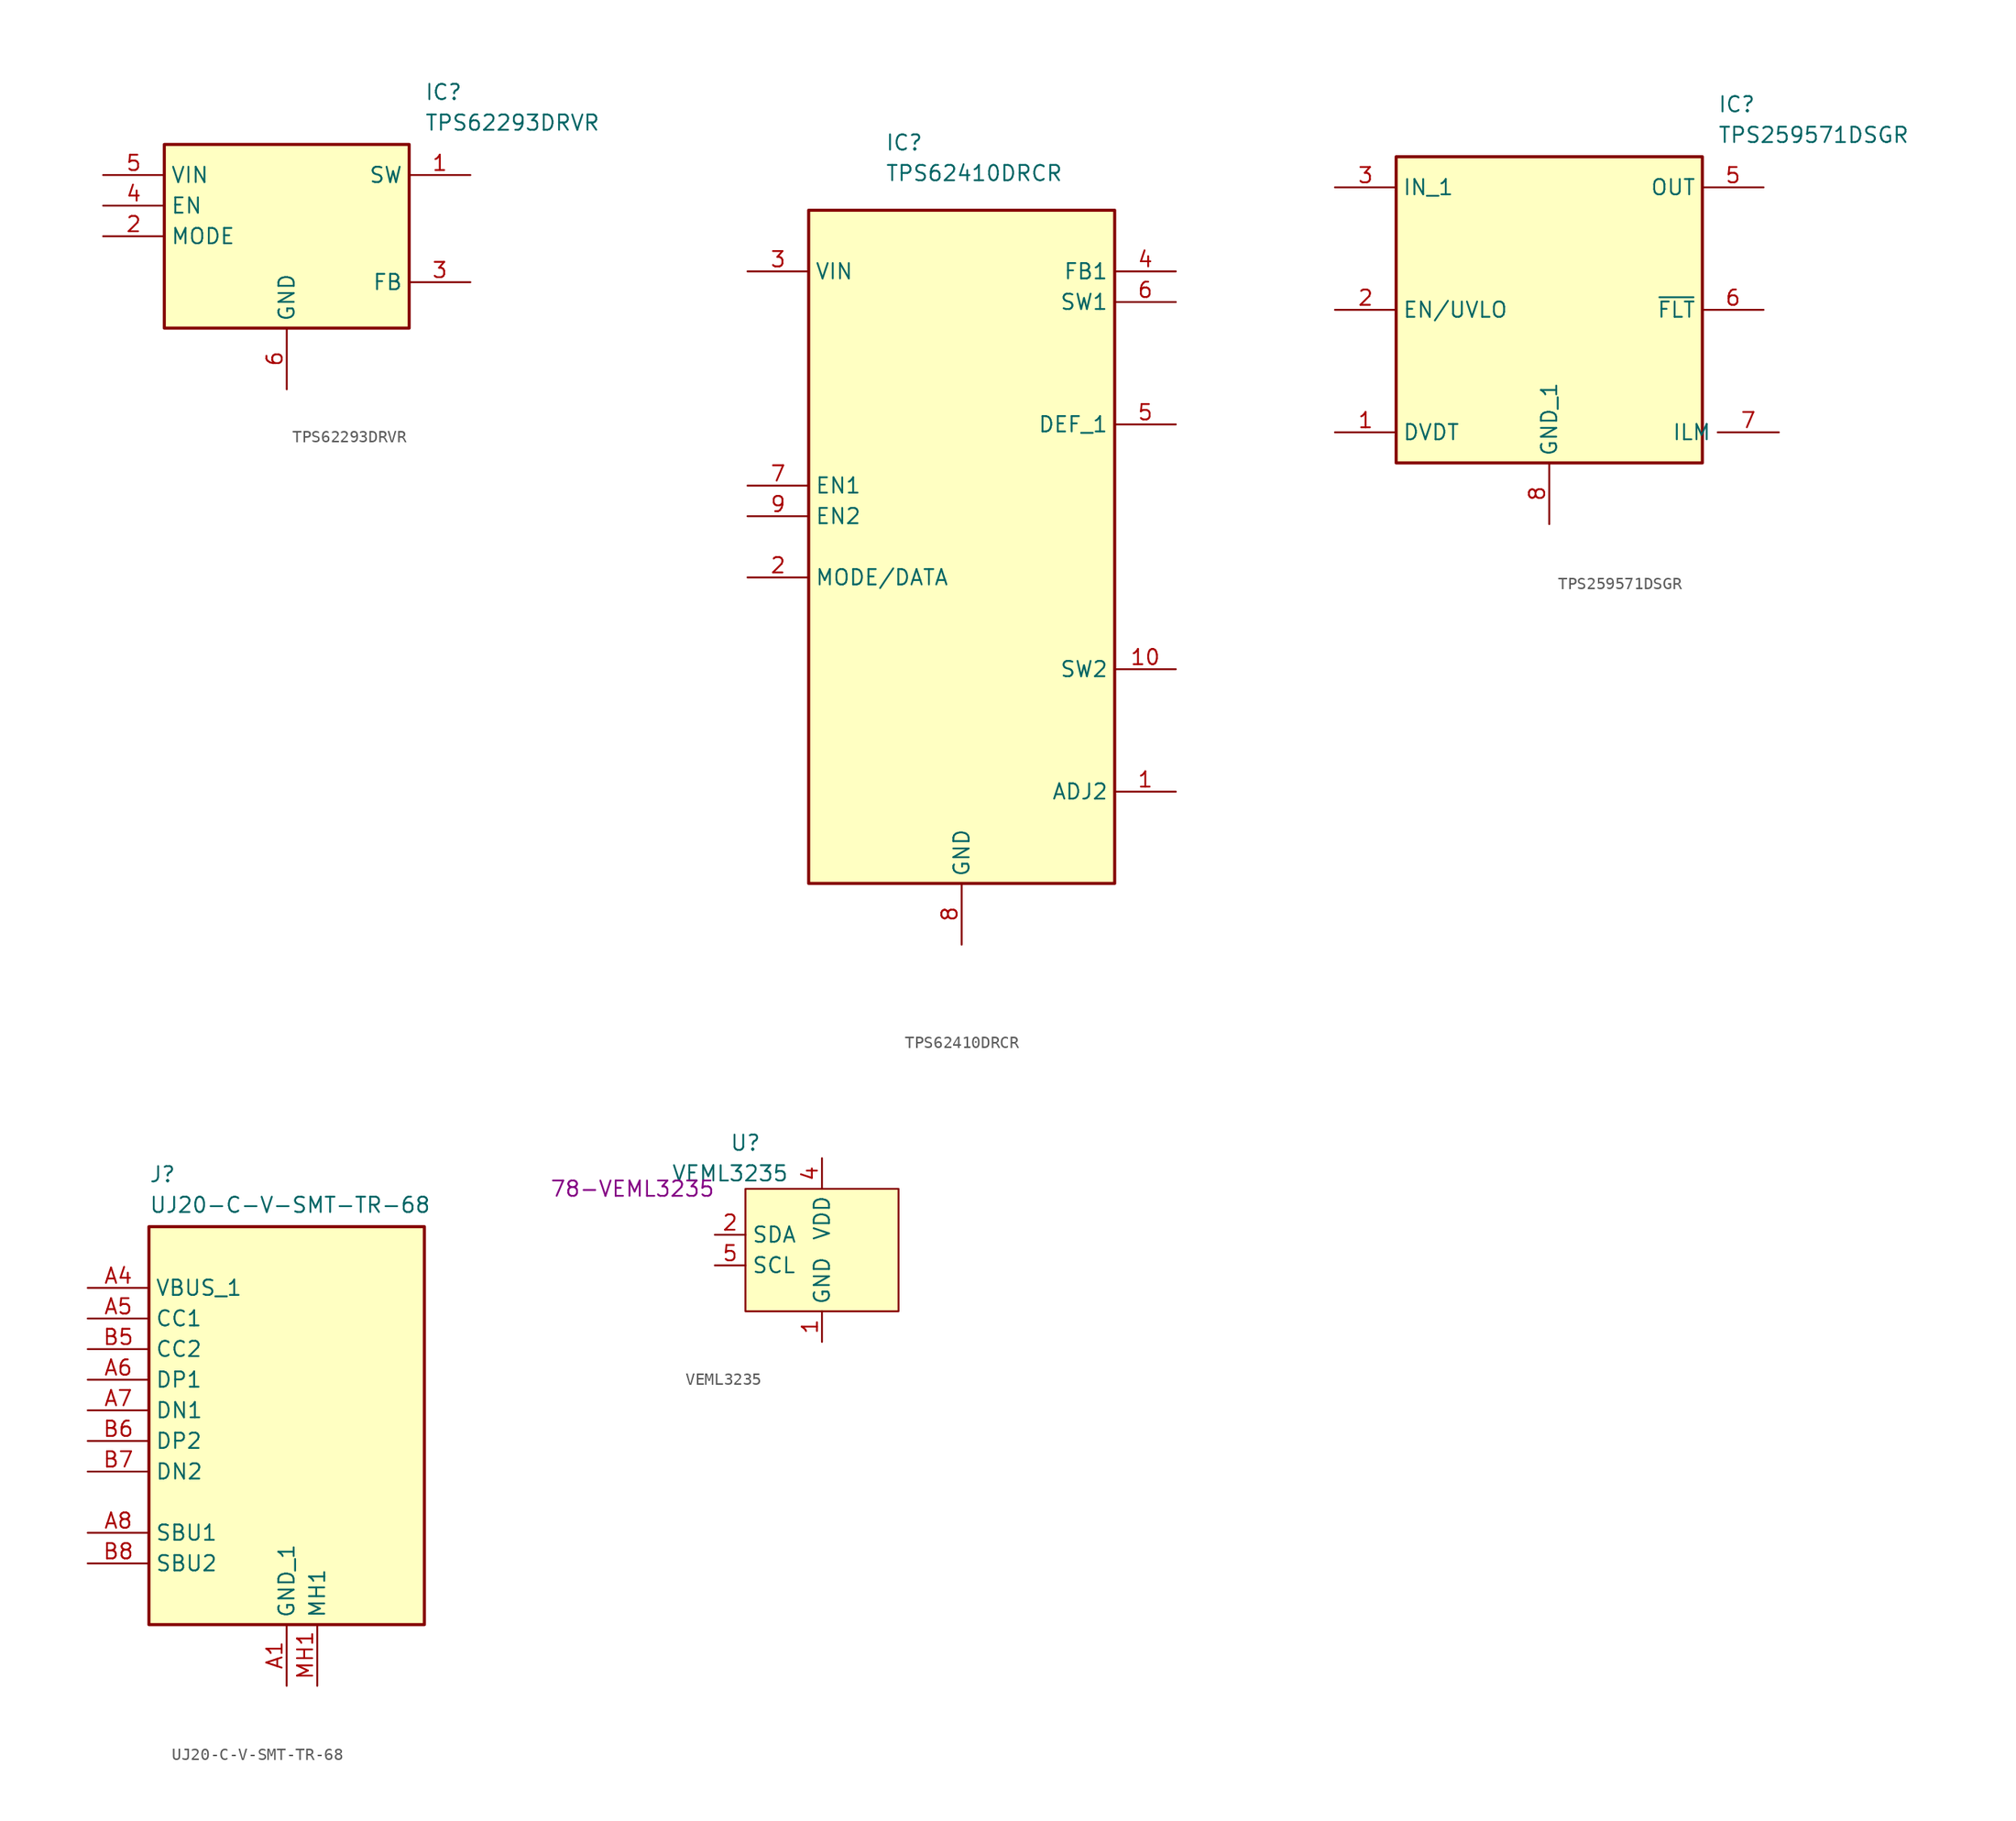
<source format=kicad_sym>
(kicad_symbol_lib
  (version 20220914)
  (generator kicad_symbol_editor)
  (symbol "TPS62293DRVR"
    (property "Reference" "IC"
      (at 26.67 7.62 0)
      (effects (font (size 1.27 1.27)) (justify left top)))
    (property "Value" "TPS62293DRVR"
      (at 26.67 5.08 0)
      (effects (font (size 1.27 1.27)) (justify left top)))
    (symbol "TPS62293DRVR_1_1"
      (rectangle (start 5.08 2.54) (end 25.4 -12.7) (stroke (width 0.254) (type default)) (fill (type background)))
      (pin passive line (at 30.48 0 180) (length 5.08) (name "SW" (effects (font (size 1.27 1.27)))) (number "1" (effects (font (size 1.27 1.27)))))
      (pin passive line (at 0 -5.08 0) (length 5.08) (name "MODE" (effects (font (size 1.27 1.27)))) (number "2" (effects (font (size 1.27 1.27)))))
      (pin passive line (at 30.48 -8.89 180) (length 5.08) (name "FB" (effects (font (size 1.27 1.27)))) (number "3" (effects (font (size 1.27 1.27)))))
      (pin passive line (at 0 -2.54 0) (length 5.08) (name "EN" (effects (font (size 1.27 1.27)))) (number "4" (effects (font (size 1.27 1.27)))))
      (pin passive line (at 0 0 0) (length 5.08) (name "VIN" (effects (font (size 1.27 1.27)))) (number "5" (effects (font (size 1.27 1.27)))))
      (pin passive line (at 15.24 -17.78 90) (length 5.08) (name "GND" (effects (font (size 1.27 1.27)))) (number "6" (effects (font (size 1.27 1.27)))))
      (pin passive line (at 15.24 -17.78 90) (length 5.08) hide (name "EP" (effects (font (size 1.27 1.27)))) (number "7" (effects (font (size 1.27 1.27)))))))
  (symbol "TPS62410DRCR"
    (property "Reference" "IC"
      (at 11.43 26.67 0)
      (effects (font (size 1.27 1.27)) (justify left top)))
    (property "Value" "TPS62410DRCR"
      (at 11.43 24.13 0)
      (effects (font (size 1.27 1.27)) (justify left top)))
    (symbol "TPS62410DRCR_1_1"
      (rectangle (start 5.08 20.32) (end 30.48 -35.56) (stroke (width 0.254) (type default)) (fill (type background)))
      (pin passive line (at 35.56 -27.94 180) (length 5.08) (name "ADJ2" (effects (font (size 1.27 1.27)))) (number "1" (effects (font (size 1.27 1.27)))))
      (pin passive line (at 35.56 -17.78 180) (length 5.08) (name "SW2" (effects (font (size 1.27 1.27)))) (number "10" (effects (font (size 1.27 1.27)))))
      (pin passive line (at 17.78 -40.64 90) (length 5.08) hide (name "EP_1" (effects (font (size 1.27 1.27)))) (number "11" (effects (font (size 1.27 1.27)))))
      (pin passive line (at 17.78 -40.64 90) (length 5.08) hide (name "EP_2" (effects (font (size 1.27 1.27)))) (number "12" (effects (font (size 1.27 1.27)))))
      (pin passive line (at 17.78 -40.64 90) (length 5.08) hide (name "EP_3" (effects (font (size 1.27 1.27)))) (number "13" (effects (font (size 1.27 1.27)))))
      (pin passive line (at 17.78 -40.64 90) (length 5.08) hide (name "EP_4" (effects (font (size 1.27 1.27)))) (number "14" (effects (font (size 1.27 1.27)))))
      (pin passive line (at 17.78 -40.64 90) (length 5.08) hide (name "EP_5" (effects (font (size 1.27 1.27)))) (number "15" (effects (font (size 1.27 1.27)))))
      (pin passive line (at 0 -10.16 0) (length 5.08) (name "MODE/DATA" (effects (font (size 1.27 1.27)))) (number "2" (effects (font (size 1.27 1.27)))))
      (pin passive line (at 0 15.24 0) (length 5.08) (name "VIN" (effects (font (size 1.27 1.27)))) (number "3" (effects (font (size 1.27 1.27)))))
      (pin passive line (at 35.56 15.24 180) (length 5.08) (name "FB1" (effects (font (size 1.27 1.27)))) (number "4" (effects (font (size 1.27 1.27)))))
      (pin passive line (at 35.56 2.54 180) (length 5.08) (name "DEF_1" (effects (font (size 1.27 1.27)))) (number "5" (effects (font (size 1.27 1.27)))))
      (pin passive line (at 35.56 12.7 180) (length 5.08) (name "SW1" (effects (font (size 1.27 1.27)))) (number "6" (effects (font (size 1.27 1.27)))))
      (pin passive line (at 0 -2.54 0) (length 5.08) (name "EN1" (effects (font (size 1.27 1.27)))) (number "7" (effects (font (size 1.27 1.27)))))
      (pin passive line (at 17.78 -40.64 90) (length 5.08) (name "GND" (effects (font (size 1.27 1.27)))) (number "8" (effects (font (size 1.27 1.27)))))
      (pin passive line (at 0 -5.08 0) (length 5.08) (name "EN2" (effects (font (size 1.27 1.27)))) (number "9" (effects (font (size 1.27 1.27)))))))
  (symbol "TPS259571DSGR"
    (property "Reference" "IC"
      (at 31.75 7.62 0)
      (effects (font (size 1.27 1.27)) (justify left top)))
    (property "Value" "TPS259571DSGR"
      (at 31.75 5.08 0)
      (effects (font (size 1.27 1.27)) (justify left top)))
    (symbol "TPS259571DSGR_1_1"
      (rectangle (start 5.08 2.54) (end 30.48 -22.86) (stroke (width 0.254) (type default)) (fill (type background)))
      (pin passive line (at 0 -20.32 0) (length 5.08) (name "DVDT" (effects (font (size 1.27 1.27)))) (number "1" (effects (font (size 1.27 1.27)))))
      (pin passive line (at 0 -10.16 0) (length 5.08) (name "EN/UVLO" (effects (font (size 1.27 1.27)))) (number "2" (effects (font (size 1.27 1.27)))))
      (pin passive line (at 0 0 0) (length 5.08) (name "IN_1" (effects (font (size 1.27 1.27)))) (number "3" (effects (font (size 1.27 1.27)))))
      (pin passive line (at 0 0 0) (length 5.08) hide (name "IN_2" (effects (font (size 1.27 1.27)))) (number "4" (effects (font (size 1.27 1.27)))))
      (pin passive line (at 35.56 0 180) (length 5.08) (name "OUT" (effects (font (size 1.27 1.27)))) (number "5" (effects (font (size 1.27 1.27)))))
      (pin passive line (at 35.56 -10.16 180) (length 5.08) (name "~{FLT}" (effects (font (size 1.27 1.27)))) (number "6" (effects (font (size 1.27 1.27)))))
      (pin passive line (at 36.83 -20.32 180) (length 5.08) (name "ILM" (effects (font (size 1.27 1.27)))) (number "7" (effects (font (size 1.27 1.27)))))
      (pin passive line (at 17.78 -27.94 90) (length 5.08) (name "GND_1" (effects (font (size 1.27 1.27)))) (number "8" (effects (font (size 1.27 1.27)))))
      (pin passive line (at 17.78 -27.94 90) (length 5.08) hide (name "GND_2" (effects (font (size 1.27 1.27)))) (number "9" (effects (font (size 1.27 1.27)))))))
  (symbol "UJ20-C-V-SMT-TR-68"
    (property "Reference" "J"
      (at 5.08 7.62 0)
      (effects (font (size 1.27 1.27)) (justify left top)))
    (property "Value" "UJ20-C-V-SMT-TR-68"
      (at 5.08 5.08 0)
      (effects (font (size 1.27 1.27)) (justify left top)))
    (symbol "UJ20-C-V-SMT-TR-68_1_1"
      (rectangle (start 5.08 2.54) (end 27.94 -30.48) (stroke (width 0.254) (type default)) (fill (type background)))
      (pin passive line (at 16.51 -35.56 90) (length 5.08) (name "GND_1" (effects (font (size 1.27 1.27)))) (number "A1" (effects (font (size 1.27 1.27)))))
      (pin passive line (at 16.51 -35.56 90) (length 5.08) hide (name "GND_2" (effects (font (size 1.27 1.27)))) (number "A12" (effects (font (size 1.27 1.27)))))
      (pin passive line (at 0 -2.54 0) (length 5.08) (name "VBUS_1" (effects (font (size 1.27 1.27)))) (number "A4" (effects (font (size 1.27 1.27)))))
      (pin passive line (at 0 -5.08 0) (length 5.08) (name "CC1" (effects (font (size 1.27 1.27)))) (number "A5" (effects (font (size 1.27 1.27)))))
      (pin passive line (at 0 -10.16 0) (length 5.08) (name "DP1" (effects (font (size 1.27 1.27)))) (number "A6" (effects (font (size 1.27 1.27)))))
      (pin passive line (at 0 -12.7 0) (length 5.08) (name "DN1" (effects (font (size 1.27 1.27)))) (number "A7" (effects (font (size 1.27 1.27)))))
      (pin passive line (at 0 -22.86 0) (length 5.08) (name "SBU1" (effects (font (size 1.27 1.27)))) (number "A8" (effects (font (size 1.27 1.27)))))
      (pin passive line (at 0 -2.54 0) (length 5.08) hide (name "VBUS_2" (effects (font (size 1.27 1.27)))) (number "A9" (effects (font (size 1.27 1.27)))))
      (pin passive line (at 16.51 -35.56 90) (length 5.08) hide (name "GND_3" (effects (font (size 1.27 1.27)))) (number "B1" (effects (font (size 1.27 1.27)))))
      (pin passive line (at 16.51 -35.56 90) (length 5.08) hide (name "GND_4" (effects (font (size 1.27 1.27)))) (number "B12" (effects (font (size 1.27 1.27)))))
      (pin passive line (at 0 -2.54 0) (length 5.08) hide (name "VBUS_3" (effects (font (size 1.27 1.27)))) (number "B4" (effects (font (size 1.27 1.27)))))
      (pin passive line (at 0 -7.62 0) (length 5.08) (name "CC2" (effects (font (size 1.27 1.27)))) (number "B5" (effects (font (size 1.27 1.27)))))
      (pin passive line (at 0 -15.24 0) (length 5.08) (name "DP2" (effects (font (size 1.27 1.27)))) (number "B6" (effects (font (size 1.27 1.27)))))
      (pin passive line (at 0 -17.78 0) (length 5.08) (name "DN2" (effects (font (size 1.27 1.27)))) (number "B7" (effects (font (size 1.27 1.27)))))
      (pin passive line (at 0 -25.4 0) (length 5.08) (name "SBU2" (effects (font (size 1.27 1.27)))) (number "B8" (effects (font (size 1.27 1.27)))))
      (pin passive line (at 0 -2.54 0) (length 5.08) hide (name "VBUS_4" (effects (font (size 1.27 1.27)))) (number "B9" (effects (font (size 1.27 1.27)))))
      (pin passive line (at 19.05 -35.56 90) (length 5.08) (name "MH1" (effects (font (size 1.27 1.27)))) (number "MH1" (effects (font (size 1.27 1.27)))))
      (pin passive line (at 19.05 -35.56 90) (length 5.08) hide (name "MH2" (effects (font (size 1.27 1.27)))) (number "MH2" (effects (font (size 1.27 1.27)))))
      (pin passive line (at 19.05 -35.56 90) (length 5.08) hide (name "MH3" (effects (font (size 1.27 1.27)))) (number "MH3" (effects (font (size 1.27 1.27)))))
      (pin passive line (at 19.05 -35.56 90) (length 5.08) hide (name "MH4" (effects (font (size 1.27 1.27)))) (number "MH4" (effects (font (size 1.27 1.27)))))))
  (symbol "VEML3235"
    (property "Reference" "U"
      (at 8.89 3.81 0)
      (effects (font (size 1.27 1.27))))
    (property "Value" "VEML3235"
      (at 7.62 1.27 0)
      (effects (font (size 1.27 1.27))))
    (property "MFN" "78-VEML3235 "
      (at 0 0 0)
      (effects (font (size 1.27 1.27))))
    (symbol "VEML3235_0_0"
      (pin unspecified line (at 15.24 -12.7 90) (length 2.54) (name "GND" (effects (font (size 1.27 1.27)))) (number "1" (effects (font (size 1.27 1.27)))))
      (pin unspecified line (at 6.35 -3.81 0) (length 2.54) (name "SDA" (effects (font (size 1.27 1.27)))) (number "2" (effects (font (size 1.27 1.27)))))
      (pin unspecified line (at 15.24 2.54 270) (length 2.54) (name "VDD" (effects (font (size 1.27 1.27)))) (number "4" (effects (font (size 1.27 1.27)))))
      (pin unspecified line (at 6.35 -6.35 0) (length 2.54) (name "SCL" (effects (font (size 1.27 1.27)))) (number "5" (effects (font (size 1.27 1.27))))))
    (symbol "VEML3235_1_0"
      (pin no_connect line (at 19.05 -12.7 90) (length 2.54) hide (name "NC" (effects (font (size 1.27 1.27)))) (number "3" (effects (font (size 1.27 1.27)))))
      (pin no_connect line (at 19.05 -12.7 90) (length 2.54) hide (name "NC" (effects (font (size 1.27 1.27)))) (number "6" (effects (font (size 1.27 1.27))))))
    (symbol "VEML3235_1_1"
      (rectangle (start 8.89 0) (end 21.59 -10.16) (stroke (width 0) (type default)) (fill (type background))))))
</source>
